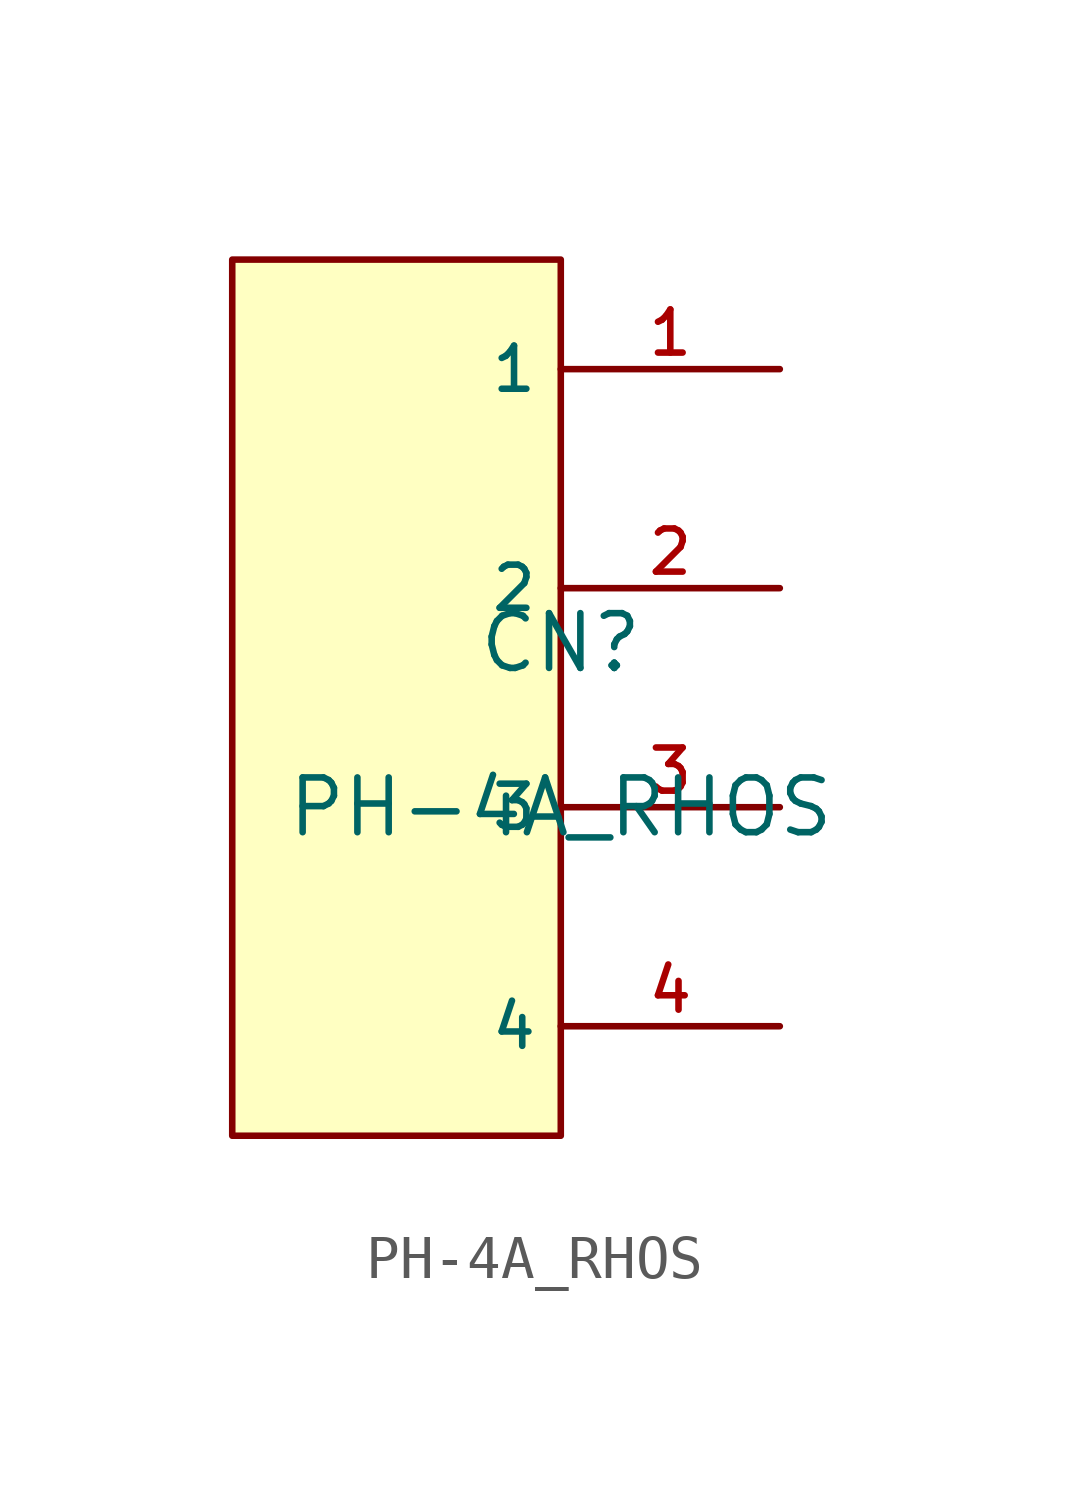
<source format=kicad_sym>
(kicad_symbol_lib
  (version 20210201)
  (generator TousstNicolas/JLC2KiCad_lib)
  (symbol "PH-4A_RHOS"
    (property "Reference" "CN"
      (at 0 1.27 0)
      (effects (font (size 1.27 1.27))))
    (property "Value" "PH-4A_RHOS"
      (at 0 -2.54 0)
      (effects (font (size 1.27 1.27))))
    (symbol "PH-4A_RHOS_0_1"
      (rectangle (start -7.62 10.16) (end 0.0 -10.16) (stroke (width 0) (type default) (color 0 0 0 0)) (fill (type background)))
      (pin input line (at 5.08 7.62 180) (length 5.08) (name "1" (effects (font (size 1 1)))) (number "1" (effects (font (size 1 1)))))
      (pin input line (at 5.08 2.54 180) (length 5.08) (name "2" (effects (font (size 1 1)))) (number "2" (effects (font (size 1 1)))))
      (pin input line (at 5.08 -2.54 180) (length 5.08) (name "3" (effects (font (size 1 1)))) (number "3" (effects (font (size 1 1)))))
      (pin input line (at 5.08 -7.62 180) (length 5.08) (name "4" (effects (font (size 1 1)))) (number "4" (effects (font (size 1 1))))))))
</source>
